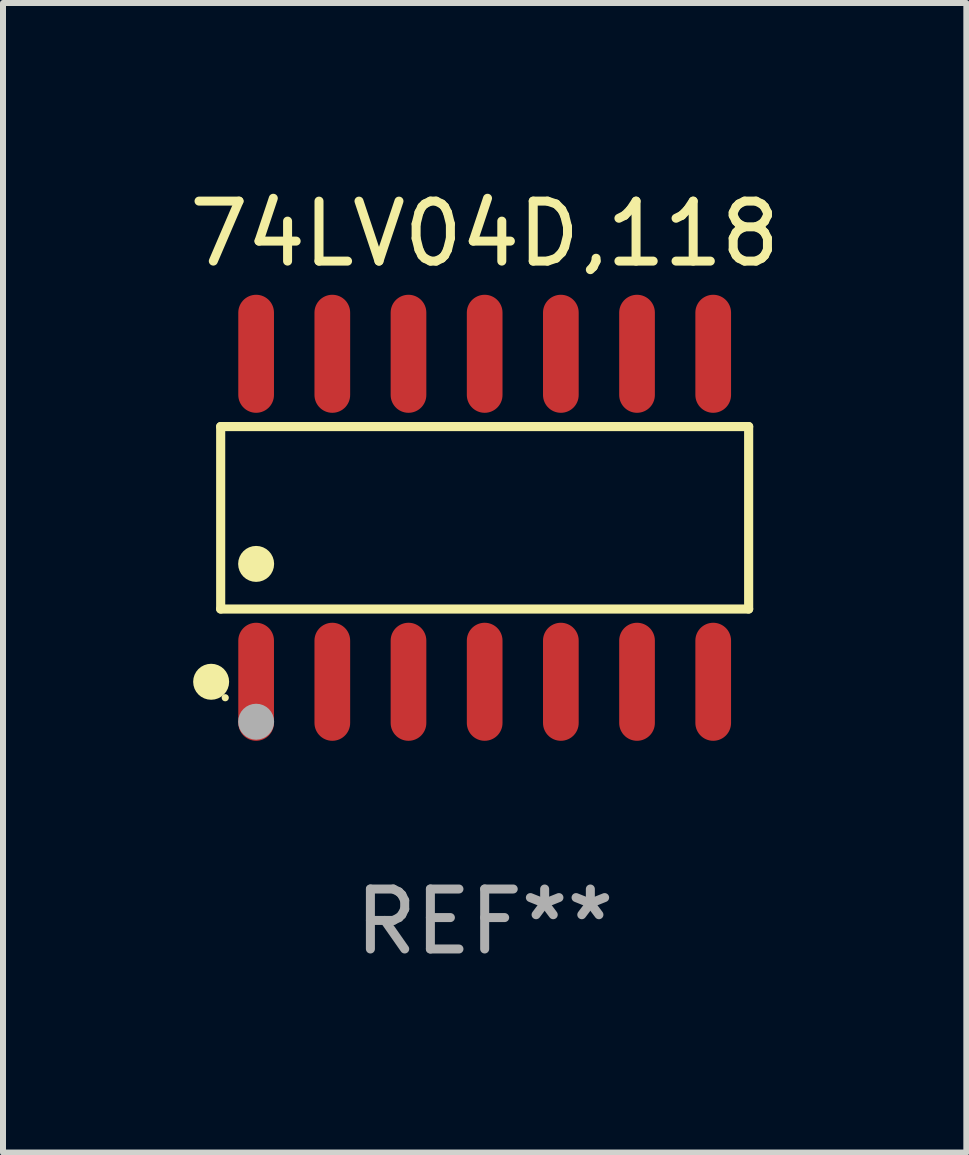
<source format=kicad_pcb>
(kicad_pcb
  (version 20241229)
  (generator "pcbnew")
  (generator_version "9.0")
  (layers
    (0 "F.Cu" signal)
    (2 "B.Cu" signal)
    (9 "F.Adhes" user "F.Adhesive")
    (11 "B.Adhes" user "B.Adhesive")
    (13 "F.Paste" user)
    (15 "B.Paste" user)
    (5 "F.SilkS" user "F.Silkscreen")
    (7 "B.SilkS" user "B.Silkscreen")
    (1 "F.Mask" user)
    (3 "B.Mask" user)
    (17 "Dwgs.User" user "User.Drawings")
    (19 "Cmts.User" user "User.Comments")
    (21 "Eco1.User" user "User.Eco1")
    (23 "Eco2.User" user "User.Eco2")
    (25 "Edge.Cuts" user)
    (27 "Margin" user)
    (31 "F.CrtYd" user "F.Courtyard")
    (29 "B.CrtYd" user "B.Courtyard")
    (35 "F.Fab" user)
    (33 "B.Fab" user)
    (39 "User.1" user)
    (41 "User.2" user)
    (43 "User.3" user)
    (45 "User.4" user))
  (footprint "74LV04D,118"
    (layer "F.Cu")
    (at 5.03 5.582)
    (property "Reference" "74LV04D,118" (at 0 -4.734 0) (layer "F.SilkS") (effects (font (size 1 1) (thickness 0.15))))
    (attr through_hole)
    (fp_line (start -4.401 -1.521) (end 4.401 -1.521) (stroke (width 0.152) (type solid)) (layer "F.SilkS"))
    (fp_line (start -4.401 1.521) (end -4.401 -1.521) (stroke (width 0.152) (type solid)) (layer "F.SilkS"))
    (fp_line (start 4.401 -1.521) (end 4.401 1.521) (stroke (width 0.152) (type solid)) (layer "F.SilkS"))
    (fp_line (start 4.401 1.521) (end -4.401 1.521) (stroke (width 0.152) (type solid)) (layer "F.SilkS"))
    (fp_circle (center -4.56 2.734) (end -4.41 2.734) (stroke (width 0.3) (type solid)) (fill no) (layer "F.SilkS"))
    (fp_circle (center -4.325 3) (end -4.295 3) (stroke (width 0.06) (type solid)) (fill no) (layer "F.SilkS"))
    (fp_circle (center -3.81 0.769) (end -3.66 0.769) (stroke (width 0.3) (type solid)) (fill no) (layer "F.SilkS"))
    (fp_circle (center -3.81 3.4) (end -3.66 3.4) (stroke (width 0.3) (type solid)) (fill no) (layer "F.Fab"))
    (fp_text user "REF**" (at 0 6.734 0) (layer "F.Fab") (effects (font (size 1 1) (thickness 0.15))))
    (pad "1" smd oval (at -3.81 2.734) (size 0.595 1.968) (layers "F.Cu" "F.Mask" "F.Paste"))
    (pad "2" smd oval (at -2.54 2.734) (size 0.595 1.968) (layers "F.Cu" "F.Mask" "F.Paste"))
    (pad "3" smd oval (at -1.27 2.734) (size 0.595 1.968) (layers "F.Cu" "F.Mask" "F.Paste"))
    (pad "4" smd oval (at 0 2.734) (size 0.595 1.968) (layers "F.Cu" "F.Mask" "F.Paste"))
    (pad "5" smd oval (at 1.27 2.734) (size 0.595 1.968) (layers "F.Cu" "F.Mask" "F.Paste"))
    (pad "6" smd oval (at 2.54 2.734) (size 0.595 1.968) (layers "F.Cu" "F.Mask" "F.Paste"))
    (pad "7" smd oval (at 3.81 2.734) (size 0.595 1.968) (layers "F.Cu" "F.Mask" "F.Paste"))
    (pad "8" smd oval (at 3.81 -2.734) (size 0.595 1.968) (layers "F.Cu" "F.Mask" "F.Paste"))
    (pad "9" smd oval (at 2.54 -2.734) (size 0.595 1.968) (layers "F.Cu" "F.Mask" "F.Paste"))
    (pad "10" smd oval (at 1.27 -2.734) (size 0.595 1.968) (layers "F.Cu" "F.Mask" "F.Paste"))
    (pad "11" smd oval (at 0 -2.734) (size 0.595 1.968) (layers "F.Cu" "F.Mask" "F.Paste"))
    (pad "12" smd oval (at -1.27 -2.734) (size 0.595 1.968) (layers "F.Cu" "F.Mask" "F.Paste"))
    (pad "13" smd oval (at -2.54 -2.734) (size 0.595 1.968) (layers "F.Cu" "F.Mask" "F.Paste"))
    (pad "14" smd oval (at -3.81 -2.734) (size 0.595 1.968) (layers "F.Cu" "F.Mask" "F.Paste")))
  (gr_rect
    (start -3 -3)
    (end 13.06 16.164)
    (stroke (width 0.1) (type default))
    (fill no)
    (layer "Edge.Cuts")))
</source>
